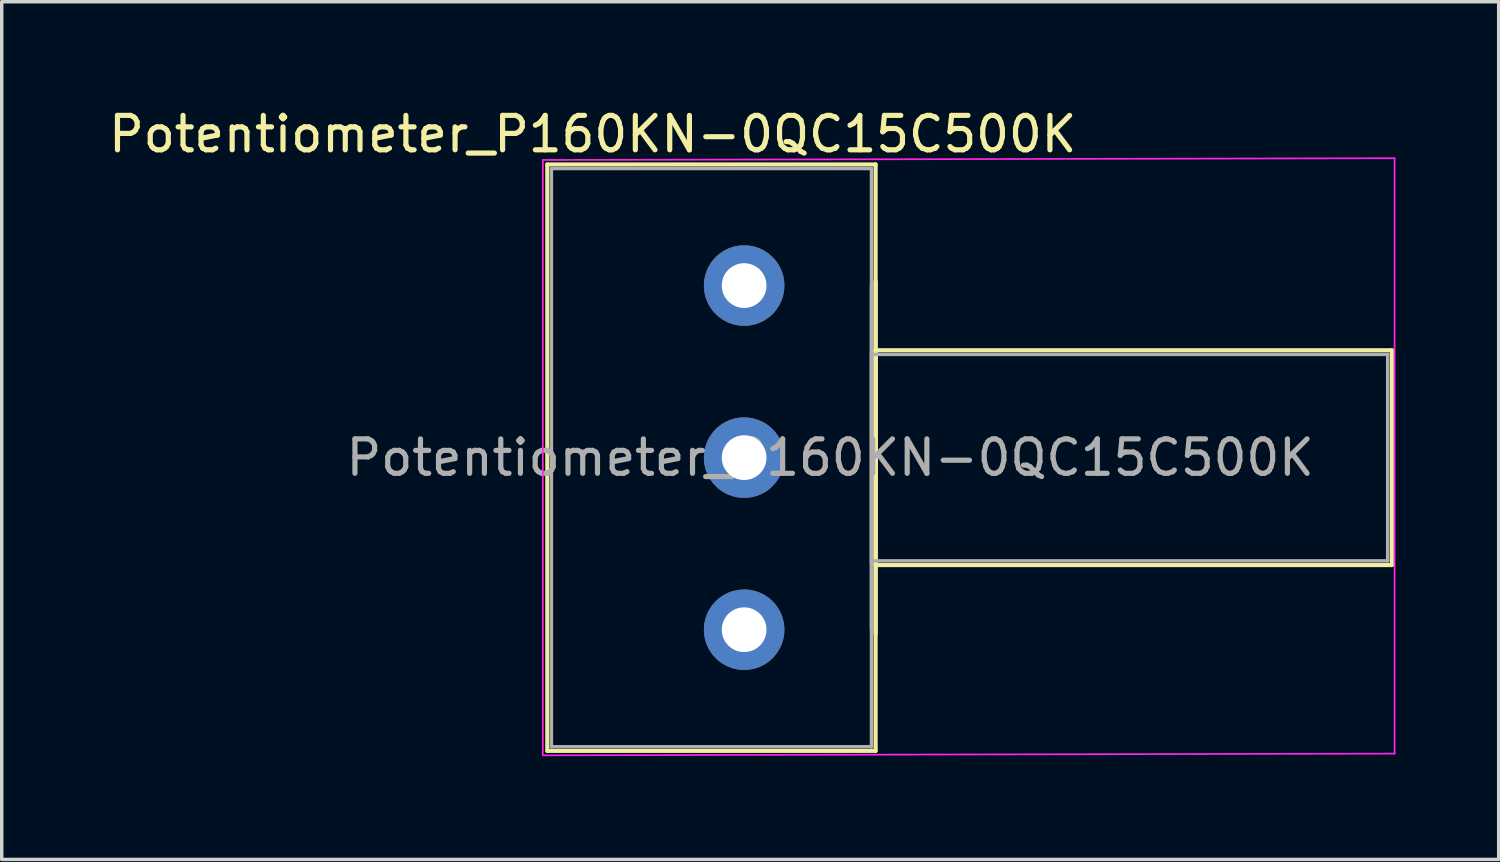
<source format=kicad_pcb>
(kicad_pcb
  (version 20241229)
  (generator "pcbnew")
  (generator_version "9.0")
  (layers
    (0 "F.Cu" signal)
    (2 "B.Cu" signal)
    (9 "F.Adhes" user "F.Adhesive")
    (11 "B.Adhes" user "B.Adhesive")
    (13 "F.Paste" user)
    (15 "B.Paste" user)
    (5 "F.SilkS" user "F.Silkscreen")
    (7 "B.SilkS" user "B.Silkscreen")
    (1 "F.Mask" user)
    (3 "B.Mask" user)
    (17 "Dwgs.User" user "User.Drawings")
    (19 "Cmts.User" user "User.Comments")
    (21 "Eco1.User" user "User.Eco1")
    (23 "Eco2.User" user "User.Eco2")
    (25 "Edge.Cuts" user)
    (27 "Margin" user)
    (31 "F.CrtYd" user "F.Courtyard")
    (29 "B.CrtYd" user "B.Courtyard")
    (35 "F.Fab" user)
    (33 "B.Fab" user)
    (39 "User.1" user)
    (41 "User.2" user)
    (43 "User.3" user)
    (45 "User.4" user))
  (footprint "Potentiometer_P160KN-0QC15C500K"
    (layer "F.Cu")
    (at 15.773 15.248)
    (property "Reference" "Potentiometer_P160KN-0QC15C500K" (at -1.6 -14.4 0) (layer "F.SilkS") (effects (font (size 1 1) (thickness 0.15))))
    (attr through_hole)
    (fp_line (start -2.92 -13.52) (end -2.92 3.52) (stroke (width 0.12) (type solid)) (layer "F.SilkS"))
    (fp_line (start -2.92 -13.52) (end 6.62 -13.52) (stroke (width 0.12) (type solid)) (layer "F.SilkS"))
    (fp_line (start -2.92 3.52) (end 6.62 3.52) (stroke (width 0.12) (type solid)) (layer "F.SilkS"))
    (fp_line (start 6.62 -13.52) (end 6.62 3.52) (stroke (width 0.12) (type solid)) (layer "F.SilkS"))
    (fp_line (start 6.62 -10.12) (end 6.62 0.12) (stroke (width 0.12) (type solid)) (layer "F.SilkS"))
    (fp_line (start 6.62 -8.12) (end 6.62 -1.879) (stroke (width 0.12) (type solid)) (layer "F.SilkS"))
    (fp_line (start 6.62 -8.12) (end 21.62 -8.12) (stroke (width 0.12) (type solid)) (layer "F.SilkS"))
    (fp_line (start 6.62 -1.879) (end 21.62 -1.879) (stroke (width 0.12) (type solid)) (layer "F.SilkS"))
    (fp_line (start 21.62 -8.12) (end 21.62 -1.879) (stroke (width 0.12) (type solid)) (layer "F.SilkS"))
    (fp_line (start -3.05 -13.65) (end -3.05 3.65) (stroke (width 0.05) (type solid)) (layer "F.CrtYd"))
    (fp_line (start -3.05 3.65) (end 21.7 3.6) (stroke (width 0.05) (type solid)) (layer "F.CrtYd"))
    (fp_line (start 21.7 -13.7) (end -3.05 -13.65) (stroke (width 0.05) (type solid)) (layer "F.CrtYd"))
    (fp_line (start 21.7 3.6) (end 21.7 -13.7) (stroke (width 0.05) (type solid)) (layer "F.CrtYd"))
    (fp_line (start -2.8 -13.4) (end -2.8 3.4) (stroke (width 0.1) (type solid)) (layer "F.Fab"))
    (fp_line (start -2.8 3.4) (end 6.5 3.4) (stroke (width 0.1) (type solid)) (layer "F.Fab"))
    (fp_line (start 6.5 -13.4) (end -2.8 -13.4) (stroke (width 0.1) (type solid)) (layer "F.Fab"))
    (fp_line (start 6.5 -10) (end 6.5 0) (stroke (width 0.1) (type solid)) (layer "F.Fab"))
    (fp_line (start 6.5 -8) (end 6.5 -2) (stroke (width 0.1) (type solid)) (layer "F.Fab"))
    (fp_line (start 6.5 -2) (end 21.5 -2) (stroke (width 0.1) (type solid)) (layer "F.Fab"))
    (fp_line (start 6.5 3.4) (end 6.5 -13.4) (stroke (width 0.1) (type solid)) (layer "F.Fab"))
    (fp_line (start 21.5 -8) (end 6.5 -8) (stroke (width 0.1) (type solid)) (layer "F.Fab"))
    (fp_line (start 21.5 -2) (end 21.5 -8) (stroke (width 0.1) (type solid)) (layer "F.Fab"))
    (fp_text user "${REFERENCE}" (at 5.3 -5 180) (layer "F.Fab") (effects (font (size 1 1) (thickness 0.15))))
    (pad "1" thru_hole circle (at 2.8 0) (size 2.34 2.34) (drill 1.3) (layers "*.Cu" "*.Mask"))
    (pad "2" thru_hole circle (at 2.8 -5) (size 2.34 2.34) (drill 1.3) (layers "*.Cu" "*.Mask"))
    (pad "3" thru_hole circle (at 2.8 -10) (size 2.34 2.34) (drill 1.3) (layers "*.Cu" "*.Mask")))
  (gr_rect
    (start -3 -3)
    (end 40.498 21.923)
    (stroke (width 0.1) (type default))
    (fill no)
    (layer "Edge.Cuts")))
</source>
